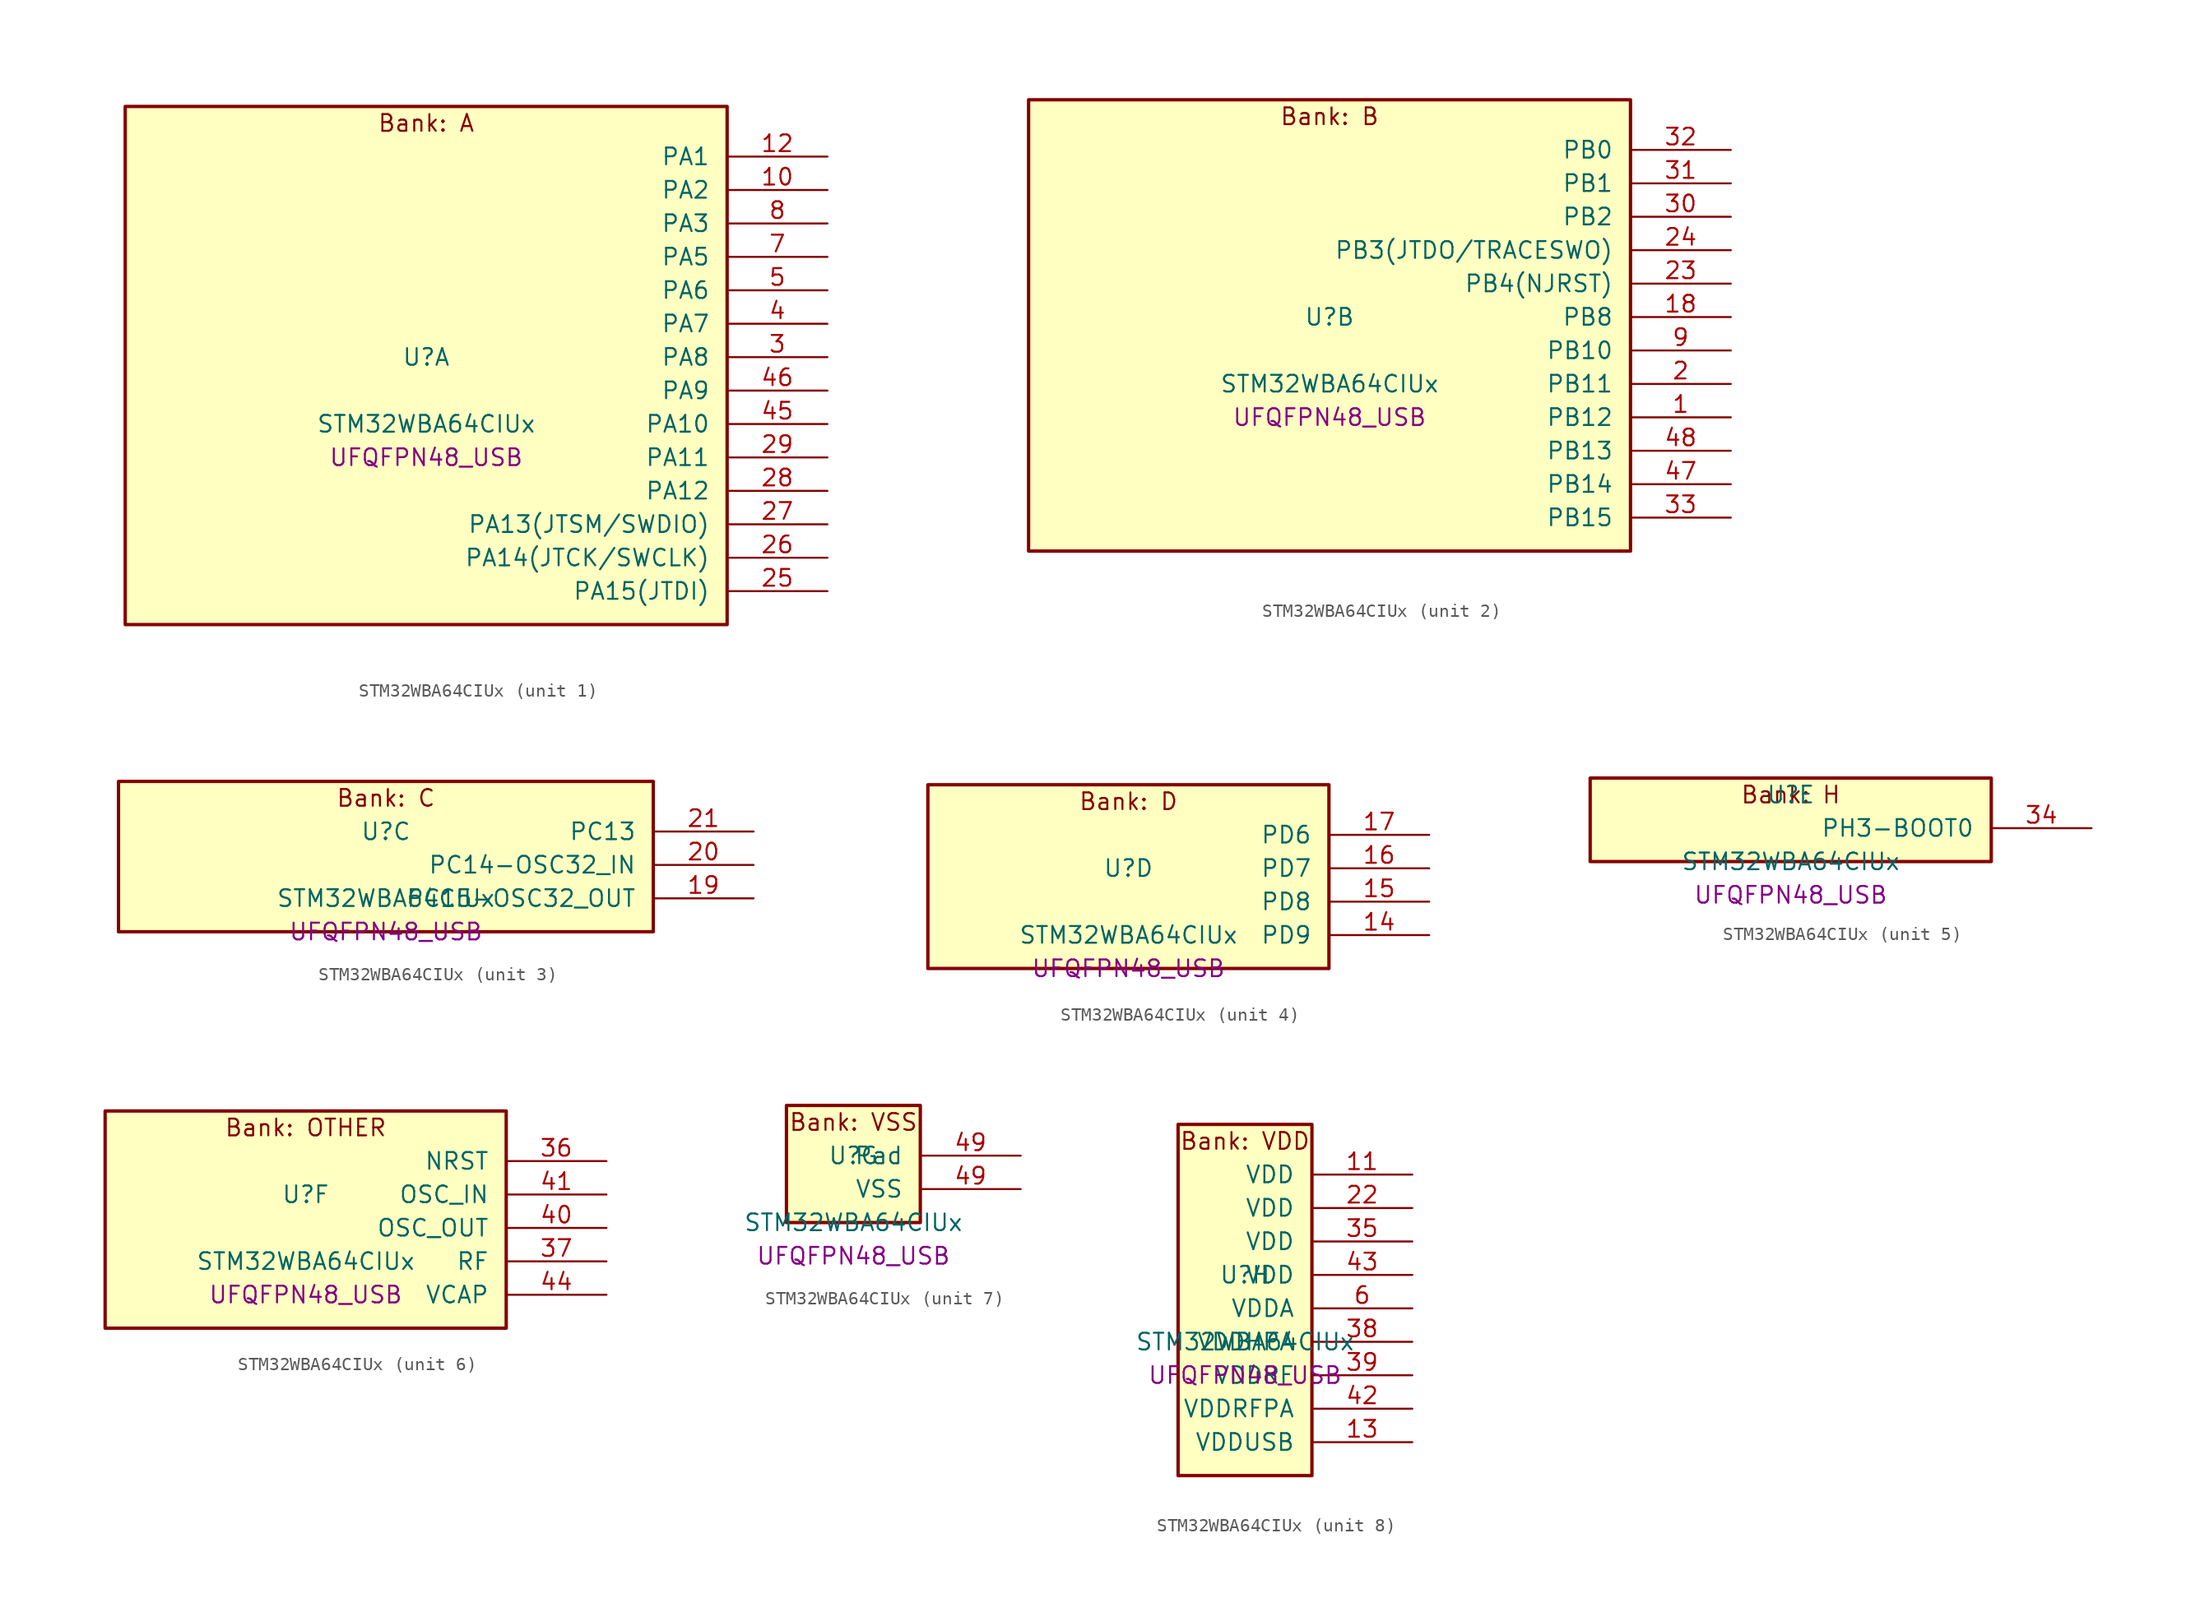
<source format=kicad_sym>
(kicad_symbol_lib
  (version 20241209)
  (generator "stm32_pkl_generator")
  (generator_version "1.0")
  (symbol "STM32WBA64CIUx"
    (pin_names
      (offset 1.27))
    (property "Reference" "U"
      (at 0 2.54 0))
    (property "Value" "STM32WBA64CIUx"
      (at 0 -2.54 0))
    (property "Footprint" "UFQFPN48_USB"
      (at 0 -5.08 0))
    (symbol "STM32WBA64CIUx_1_1"
      (rectangle (start -22.86 21.59) (end 22.86 -17.78) (stroke (width 0.254) (type solid)) (fill (type background)))
      (text "Bank: A" (at 0 20.32 0))
      (pin bidirectional line (at 30.48 17.78 180) (length 7.62) (name "PA1") (number "12") (alternate "PA1/ADC4_IN8" bidirectional line) (alternate "PA1/COMP1_INM" bidirectional line) (alternate "PA1/LPTIM2_CH2" bidirectional line) (alternate "PA1/LPUART1_RX" bidirectional line) (alternate "PA1/PWR_WKUP3" bidirectional line) (alternate "PA1/SAI1_CK1" bidirectional line) (alternate "PA1/SPI1_RDY" bidirectional line) (alternate "PA1/SPI3_MISO" bidirectional line) (alternate "PA1/TIM17_CH1" bidirectional line) (alternate "PA1/TIM1_CH1N" bidirectional line) (alternate "PA1/TIM3_CH2" bidirectional line) (alternate "PA1/TSC_G2_IO1" bidirectional line) (alternate "PA1/USART1_CK" bidirectional line))
      (pin bidirectional line (at 30.48 15.24 180) (length 7.62) (name "PA2") (number "10") (alternate "PA2/ADC4_IN7" bidirectional line) (alternate "PA2/COMP1_INP" bidirectional line) (alternate "PA2/LPUART1_TX" bidirectional line) (alternate "PA2/PWR_WKUP4" bidirectional line) (alternate "PA2/RCC_LSCO" bidirectional line) (alternate "PA2/SAI1_D1" bidirectional line) (alternate "PA2/TIM16_CH1" bidirectional line) (alternate "PA2/TIM1_BKIN" bidirectional line) (alternate "PA2/TIM3_CH1" bidirectional line) (alternate "PA2/TSC_G4_IO4" bidirectional line) (alternate "PA2/USART1_DE" bidirectional line) (alternate "PA2/USART1_RTS" bidirectional line))
      (pin bidirectional line (at 30.48 12.7 180) (length 7.62) (name "PA3") (number "8") (alternate "PA3/ADC4_IN6" bidirectional line) (alternate "PA3/PWR_WKUP5" bidirectional line) (alternate "PA3/TIM16_CH1N" bidirectional line) (alternate "PA3/TSC_G4_IO2" bidirectional line) (alternate "PA3/USART1_DE" bidirectional line) (alternate "PA3/USART1_RTS" bidirectional line))
      (pin bidirectional line (at 30.48 10.16 180) (length 7.62) (name "PA5") (number "7") (alternate "PA5/ADC4_IN4" bidirectional line) (alternate "PA5/AUDIOCLK" bidirectional line) (alternate "PA5/LPTIM2_ETR" bidirectional line) (alternate "PA5/PWR_CSLEEP" bidirectional line) (alternate "PA5/PWR_WKUP6" bidirectional line) (alternate "PA5/SAI1_D2" bidirectional line) (alternate "PA5/SPI3_NSS" bidirectional line) (alternate "PA5/TIM2_CH1" bidirectional line) (alternate "PA5/TIM2_ETR" bidirectional line) (alternate "PA5/TSC_G1_IO4" bidirectional line) (alternate "PA5/USART1_CK" bidirectional line) (alternate "PA5/USART3_RX" bidirectional line))
      (pin bidirectional line (at 30.48 7.62 180) (length 7.62) (name "PA6") (number "5") (alternate "PA6/ADC4_IN3" bidirectional line) (alternate "PA6/I2C3_SCL" bidirectional line) (alternate "PA6/PWR_CSTOP" bidirectional line) (alternate "PA6/PWR_WKUP7" bidirectional line) (alternate "PA6/SAI1_CK2" bidirectional line) (alternate "PA6/SAI1_MCLK_A" bidirectional line) (alternate "PA6/SPI3_RDY" bidirectional line) (alternate "PA6/TIM2_CH4" bidirectional line) (alternate "PA6/TSC_G1_IO3" bidirectional line) (alternate "PA6/USART1_DE" bidirectional line) (alternate "PA6/USART1_RTS" bidirectional line) (alternate "PA6/USART3_CTS" bidirectional line))
      (pin bidirectional line (at 30.48 5.08 180) (length 7.62) (name "PA7") (number "4") (alternate "PA7/ADC4_IN2" bidirectional line) (alternate "PA7/COMP1_OUT" bidirectional line) (alternate "PA7/I2C3_SDA" bidirectional line) (alternate "PA7/PWR_WKUP8" bidirectional line) (alternate "PA7/SAI1_SCK_A" bidirectional line) (alternate "PA7/SPI3_SCK" bidirectional line) (alternate "PA7/TAMP_IN1" bidirectional line) (alternate "PA7/TAMP_OUT2" bidirectional line) (alternate "PA7/TIM2_CH3" bidirectional line) (alternate "PA7/TSC_G1_IO2" bidirectional line) (alternate "PA7/USART1_CTS" bidirectional line) (alternate "PA7/USART3_TX" bidirectional line))
      (pin bidirectional line (at 30.48 2.54 180) (length 7.62) (name "PA8") (number "3") (alternate "PA8/ADC4_IN1" bidirectional line) (alternate "PA8/LPTIM1_CH2" bidirectional line) (alternate "PA8/RCC_MCO" bidirectional line) (alternate "PA8/SAI1_FS_A" bidirectional line) (alternate "PA8/SPI3_RDY" bidirectional line) (alternate "PA8/TIM2_CH2" bidirectional line) (alternate "PA8/TSC_G1_IO1" bidirectional line) (alternate "PA8/USART1_RX" bidirectional line) (alternate "PA8/USB_OTG_HS_SOF" bidirectional line))
      (pin bidirectional line (at 30.48 0 180) (length 7.62) (name "PA9") (number "46") (alternate "PA9/LPUART1_DE" bidirectional line) (alternate "PA9/LPUART1_RTS" bidirectional line) (alternate "PA9/SAI1_CK1" bidirectional line) (alternate "PA9/TIM3_CH2" bidirectional line))
      (pin bidirectional line (at 30.48 -2.54 180) (length 7.62) (name "PA10") (number "45") (alternate "PA10/LPUART1_RX" bidirectional line) (alternate "PA10/SAI1_D1" bidirectional line) (alternate "PA10/TIM3_CH1" bidirectional line))
      (pin bidirectional line (at 30.48 -5.08 180) (length 7.62) (name "PA11") (number "29") (alternate "PA11/LPTIM2_CH1" bidirectional line) (alternate "PA11/RF_ANTSW1" bidirectional line) (alternate "PA11/TIM1_CH1" bidirectional line) (alternate "PA11/USART2_RX" bidirectional line))
      (pin bidirectional line (at 30.48 -7.62 180) (length 7.62) (name "PA12") (number "28") (alternate "PA12/PTA_STATUS" bidirectional line) (alternate "PA12/PWR_WKUP6" bidirectional line) (alternate "PA12/RF_ANTSW0" bidirectional line) (alternate "PA12/SPI1_NSS" bidirectional line) (alternate "PA12/TIM1_CH2" bidirectional line) (alternate "PA12/TSC_G3_IO4" bidirectional line) (alternate "PA12/USART2_TX" bidirectional line))
      (pin bidirectional line (at 30.48 -10.16 180) (length 7.62) (name "PA13(JTSM/SWDIO)") (number "27") (alternate "PA13(JTSM/SWDIO)/DEBUG_JTMS-SWDIO" bidirectional line) (alternate "PA13(JTSM/SWDIO)/PTA_PRIORITY" bidirectional line))
      (pin bidirectional line (at 30.48 -12.7 180) (length 7.62) (name "PA14(JTCK/SWCLK)") (number "26") (alternate "PA14(JTCK/SWCLK)/DEBUG_JTCK-SWCLK" bidirectional line) (alternate "PA14(JTCK/SWCLK)/I2C4_SMBA" bidirectional line) (alternate "PA14(JTCK/SWCLK)/PTA_STATUS" bidirectional line) (alternate "PA14(JTCK/SWCLK)/TAMP_IN3" bidirectional line) (alternate "PA14(JTCK/SWCLK)/TAMP_OUT6" bidirectional line) (alternate "PA14(JTCK/SWCLK)/USART2_TX" bidirectional line) (alternate "PA14(JTCK/SWCLK)/USB_OTG_HS_SOF" bidirectional line))
      (pin bidirectional line (at 30.48 -15.24 180) (length 7.62) (name "PA15(JTDI)") (number "25") (alternate "PA15(JTDI)/ADC4_EXTI15" bidirectional line) (alternate "PA15(JTDI)/DEBUG_JTDI" bidirectional line) (alternate "PA15(JTDI)/I2C1_SCL" bidirectional line) (alternate "PA15(JTDI)/LPTIM1_CH2" bidirectional line) (alternate "PA15(JTDI)/PTA_STATUS" bidirectional line) (alternate "PA15(JTDI)/SPI1_MOSI" bidirectional line) (alternate "PA15(JTDI)/TIM17_BKIN" bidirectional line) (alternate "PA15(JTDI)/TIM1_ETR" bidirectional line) (alternate "PA15(JTDI)/TSC_G3_IO3" bidirectional line) (alternate "PA15(JTDI)/USART2_DE" bidirectional line) (alternate "PA15(JTDI)/USART2_RTS" bidirectional line) (alternate "PA15(JTDI)/USART3_DE" bidirectional line) (alternate "PA15(JTDI)/USART3_RTS" bidirectional line)))
    (symbol "STM32WBA64CIUx_2_1"
      (rectangle (start -22.86 19.05) (end 22.86 -15.24) (stroke (width 0.254) (type solid)) (fill (type background)))
      (text "Bank: B" (at 0 17.78 0))
      (pin bidirectional line (at 30.48 15.24 180) (length 7.62) (name "PB0") (number "32") (alternate "PB0/LPTIM2_IN2" bidirectional line) (alternate "PB0/TIM1_CH3N" bidirectional line) (alternate "PB0/USART2_TX" bidirectional line) (alternate "PB0/USART3_CK" bidirectional line))
      (pin bidirectional line (at 30.48 12.7 180) (length 7.62) (name "PB1") (number "31") (alternate "PB1/I2C1_SDA" bidirectional line) (alternate "PB1/I2C3_SDA" bidirectional line) (alternate "PB1/PWR_WKUP4" bidirectional line) (alternate "PB1/TIM1_CH2N" bidirectional line) (alternate "PB1/USART2_DE" bidirectional line) (alternate "PB1/USART2_RTS" bidirectional line) (alternate "PB1/USART3_DE" bidirectional line) (alternate "PB1/USART3_RTS" bidirectional line))
      (pin bidirectional line (at 30.48 10.16 180) (length 7.62) (name "PB2") (number "30") (alternate "PB2/I2C1_SCL" bidirectional line) (alternate "PB2/I2C3_SCL" bidirectional line) (alternate "PB2/PWR_WKUP1" bidirectional line) (alternate "PB2/RF_ANTSW2" bidirectional line) (alternate "PB2/RTC_OUT2" bidirectional line) (alternate "PB2/TIM1_CH1N" bidirectional line) (alternate "PB2/USART2_CTS" bidirectional line))
      (pin bidirectional line (at 30.48 7.62 180) (length 7.62) (name "PB3(JTDO/TRACESWO)") (number "24") (alternate "PB3(JTDO/TRACESWO)/DEBUG_JTDO-SWO" bidirectional line) (alternate "PB3(JTDO/TRACESWO)/I2C1_SDA" bidirectional line) (alternate "PB3(JTDO/TRACESWO)/LPTIM1_IN2" bidirectional line) (alternate "PB3(JTDO/TRACESWO)/PTA_ACTIVE" bidirectional line) (alternate "PB3(JTDO/TRACESWO)/SPI1_MISO" bidirectional line) (alternate "PB3(JTDO/TRACESWO)/TIM17_CH1N" bidirectional line) (alternate "PB3(JTDO/TRACESWO)/TIM1_CH4" bidirectional line) (alternate "PB3(JTDO/TRACESWO)/TSC_G3_IO2" bidirectional line) (alternate "PB3(JTDO/TRACESWO)/USART2_CK" bidirectional line))
      (pin bidirectional line (at 30.48 5.08 180) (length 7.62) (name "PB4(NJRST)") (number "23") (alternate "PB4(NJRST)/DEBUG_NJTRST" bidirectional line) (alternate "PB4(NJRST)/LPTIM2_IN2" bidirectional line) (alternate "PB4(NJRST)/PTA_ACTIVE" bidirectional line) (alternate "PB4(NJRST)/PTA_PRIORITY" bidirectional line) (alternate "PB4(NJRST)/SAI1_MCLK_B" bidirectional line) (alternate "PB4(NJRST)/SPI1_SCK" bidirectional line) (alternate "PB4(NJRST)/TIM17_CH1" bidirectional line) (alternate "PB4(NJRST)/TIM1_CH3" bidirectional line) (alternate "PB4(NJRST)/TSC_G3_IO1" bidirectional line) (alternate "PB4(NJRST)/USART2_RX" bidirectional line))
      (pin bidirectional line (at 30.48 2.54 180) (length 7.62) (name "PB8") (number "18") (alternate "PB8/COMP1_OUT" bidirectional line) (alternate "PB8/LPTIM1_ETR" bidirectional line) (alternate "PB8/PWR_PVD_IN" bidirectional line) (alternate "PB8/SPI3_MOSI" bidirectional line) (alternate "PB8/TIM16_CH1N" bidirectional line) (alternate "PB8/TIM1_CH1" bidirectional line) (alternate "PB8/TIM3_ETR" bidirectional line) (alternate "PB8/TIM4_CH3" bidirectional line) (alternate "PB8/TSC_G2_IO4" bidirectional line) (alternate "PB8/USART2_RX" bidirectional line))
      (pin bidirectional line (at 30.48 0 180) (length 7.62) (name "PB10") (number "9") (alternate "PB10/I2C2_SCL" bidirectional line) (alternate "PB10/I2C4_SCL" bidirectional line) (alternate "PB10/TIM16_BKIN" bidirectional line) (alternate "PB10/TSC_G4_IO3" bidirectional line) (alternate "PB10/USART1_CK" bidirectional line) (alternate "PB10/USART3_TX" bidirectional line))
      (pin bidirectional line (at 30.48 -2.54 180) (length 7.62) (name "PB11") (number "2") (alternate "PB11/I2C2_SDA" bidirectional line) (alternate "PB11/I2C4_SDA" bidirectional line) (alternate "PB11/LPTIM1_CH1" bidirectional line) (alternate "PB11/LPTIM1_ETR" bidirectional line) (alternate "PB11/LPUART1_TX" bidirectional line) (alternate "PB11/USART3_RX" bidirectional line))
      (pin bidirectional line (at 30.48 -5.08 180) (length 7.62) (name "PB12") (number "1") (alternate "PB12/I2C2_SMBA" bidirectional line) (alternate "PB12/SAI1_SD_A" bidirectional line) (alternate "PB12/SPI1_RDY" bidirectional line) (alternate "PB12/TIM2_CH1" bidirectional line) (alternate "PB12/TIM2_ETR" bidirectional line) (alternate "PB12/TIM3_ETR" bidirectional line) (alternate "PB12/TSC_SYNC" bidirectional line) (alternate "PB12/USART1_TX" bidirectional line) (alternate "PB12/USART3_CK" bidirectional line))
      (pin bidirectional line (at 30.48 -7.62 180) (length 7.62) (name "PB13") (number "48") (alternate "PB13/I2C2_SCL" bidirectional line) (alternate "PB13/TIM3_CH4" bidirectional line) (alternate "PB13/TSC_G6_IO2" bidirectional line) (alternate "PB13/USART3_CTS" bidirectional line))
      (pin bidirectional line (at 30.48 -10.16 180) (length 7.62) (name "PB14") (number "47") (alternate "PB14/I2C2_SDA" bidirectional line) (alternate "PB14/PWR_WKUP7" bidirectional line) (alternate "PB14/RTC_REFIN" bidirectional line) (alternate "PB14/SAI1_SD_A" bidirectional line) (alternate "PB14/TIM3_CH3" bidirectional line) (alternate "PB14/TSC_G6_IO1" bidirectional line) (alternate "PB14/USART1_TX" bidirectional line) (alternate "PB14/USART3_DE" bidirectional line) (alternate "PB14/USART3_RTS" bidirectional line))
      (pin bidirectional line (at 30.48 -12.7 180) (length 7.62) (name "PB15") (number "33") (alternate "PB15/ADC4_EXTI15" bidirectional line) (alternate "PB15/I2C1_SMBA" bidirectional line) (alternate "PB15/I2C3_SMBA" bidirectional line) (alternate "PB15/LPUART1_CTS" bidirectional line) (alternate "PB15/PTA_GRANT" bidirectional line) (alternate "PB15/RF_EXTPABYP" bidirectional line) (alternate "PB15/TIM16_BKIN" bidirectional line) (alternate "PB15/TIM1_BKIN2" bidirectional line) (alternate "PB15/USART2_CTS" bidirectional line)))
    (symbol "STM32WBA64CIUx_3_1"
      (rectangle (start -20.32 6.35) (end 20.32 -5.08) (stroke (width 0.254) (type solid)) (fill (type background)))
      (text "Bank: C" (at 0 5.08 0))
      (pin bidirectional line (at 27.94 2.54 180) (length 7.62) (name "PC13") (number "21") (alternate "PC13/PWR_WKUP2" bidirectional line) (alternate "PC13/RTC_OUT1" bidirectional line) (alternate "PC13/RTC_TS" bidirectional line) (alternate "PC13/TAMP_IN4" bidirectional line) (alternate "PC13/TAMP_OUT5" bidirectional line) (alternate "PC13/TIM1_BKIN2" bidirectional line) (alternate "PC13/TSC_G5_IO1" bidirectional line))
      (pin bidirectional line (at 27.94 0 180) (length 7.62) (name "PC14-OSC32_IN") (number "20") (alternate "PC14-OSC32_IN/RCC_OSC32_IN" bidirectional line))
      (pin bidirectional line (at 27.94 -2.54 180) (length 7.62) (name "PC15-OSC32_OUT") (number "19") (alternate "PC15-OSC32_OUT/ADC4_EXTI15" bidirectional line) (alternate "PC15-OSC32_OUT/RCC_OSC32_OUT" bidirectional line)))
    (symbol "STM32WBA64CIUx_4_1"
      (rectangle (start -15.24 8.89) (end 15.24 -5.08) (stroke (width 0.254) (type solid)) (fill (type background)))
      (text "Bank: D" (at 0 7.62 0))
      (pin bidirectional line (at 22.86 5.08 180) (length 7.62) (name "PD6") (number "17") (alternate "PD6/USB_OTG_HS_DP" bidirectional line))
      (pin bidirectional line (at 22.86 2.54 180) (length 7.62) (name "PD7") (number "16") (alternate "PD7/USB_OTG_HS_DM" bidirectional line))
      (pin bidirectional line (at 22.86 0 180) (length 7.62) (name "PD8") (number "15") (alternate "PD8/USART2_CK" bidirectional line) (alternate "PD8/USB_OTG_HS_ID" bidirectional line))
      (pin bidirectional line (at 22.86 -2.54 180) (length 7.62) (name "PD9") (number "14") (alternate "PD9/USART2_TX" bidirectional line) (alternate "PD9/USART3_TX" bidirectional line) (alternate "PD9/USB_OTG_HS_VBUS" bidirectional line)))
    (symbol "STM32WBA64CIUx_5_1"
      (rectangle (start -15.24 3.81) (end 15.24 -2.54) (stroke (width 0.254) (type solid)) (fill (type background)))
      (text "Bank: H" (at 0 2.54 0))
      (pin bidirectional line (at 22.86 0 180) (length 7.62) (name "PH3-BOOT0") (number "34") (alternate "PH3-BOOT0/PTA_GRANT" bidirectional line) (alternate "PH3-BOOT0/RF_EXTPABYP" bidirectional line) (alternate "PH3-BOOT0/TAMP_IN2" bidirectional line) (alternate "PH3-BOOT0/TAMP_OUT1" bidirectional line)))
    (symbol "STM32WBA64CIUx_6_1"
      (rectangle (start -15.24 8.89) (end 15.24 -7.62) (stroke (width 0.254) (type solid)) (fill (type background)))
      (text "Bank: OTHER" (at 0 7.62 0))
      (pin input line (at 22.86 5.08 180) (length 7.62) (name "NRST") (number "36"))
      (pin bidirectional line (at 22.86 2.54 180) (length 7.62) (name "OSC_IN") (number "41") (alternate "OSC_IN/RCC_OSC_IN" bidirectional line))
      (pin bidirectional line (at 22.86 0 180) (length 7.62) (name "OSC_OUT") (number "40") (alternate "OSC_OUT/RCC_OSC_OUT" bidirectional line))
      (pin bidirectional line (at 22.86 -2.54 180) (length 7.62) (name "RF") (number "37"))
      (pin power_in line (at 22.86 -5.08 180) (length 7.62) (name "VCAP") (number "44")))
    (symbol "STM32WBA64CIUx_7_1"
      (rectangle (start -5.08 6.35) (end 5.08 -2.54) (stroke (width 0.254) (type solid)) (fill (type background)))
      (text "Bank: VSS" (at 0 5.08 0))
      (pin passive line (at 12.7 2.54 180) (length 7.62) (name "Pad") (number "49"))
      (pin power_in line (at 12.7 0 180) (length 7.62) (name "VSS") (number "49")))
    (symbol "STM32WBA64CIUx_8_1"
      (rectangle (start -5.08 13.97) (end 5.08 -12.7) (stroke (width 0.254) (type solid)) (fill (type background)))
      (text "Bank: VDD" (at 0 12.7 0))
      (pin power_in line (at 12.7 10.16 180) (length 7.62) (name "VDD") (number "11"))
      (pin power_in line (at 12.7 7.62 180) (length 7.62) (name "VDD") (number "22"))
      (pin power_in line (at 12.7 5.08 180) (length 7.62) (name "VDD") (number "35"))
      (pin power_in line (at 12.7 2.54 180) (length 7.62) (name "VDD") (number "43"))
      (pin power_in line (at 12.7 0 180) (length 7.62) (name "VDDA") (number "6"))
      (pin power_in line (at 12.7 -2.54 180) (length 7.62) (name "VDDHPA") (number "38"))
      (pin power_in line (at 12.7 -5.08 180) (length 7.62) (name "VDDRF") (number "39"))
      (pin power_in line (at 12.7 -7.62 180) (length 7.62) (name "VDDRFPA") (number "42"))
      (pin power_in line (at 12.7 -10.16 180) (length 7.62) (name "VDDUSB") (number "13")))))
</source>
